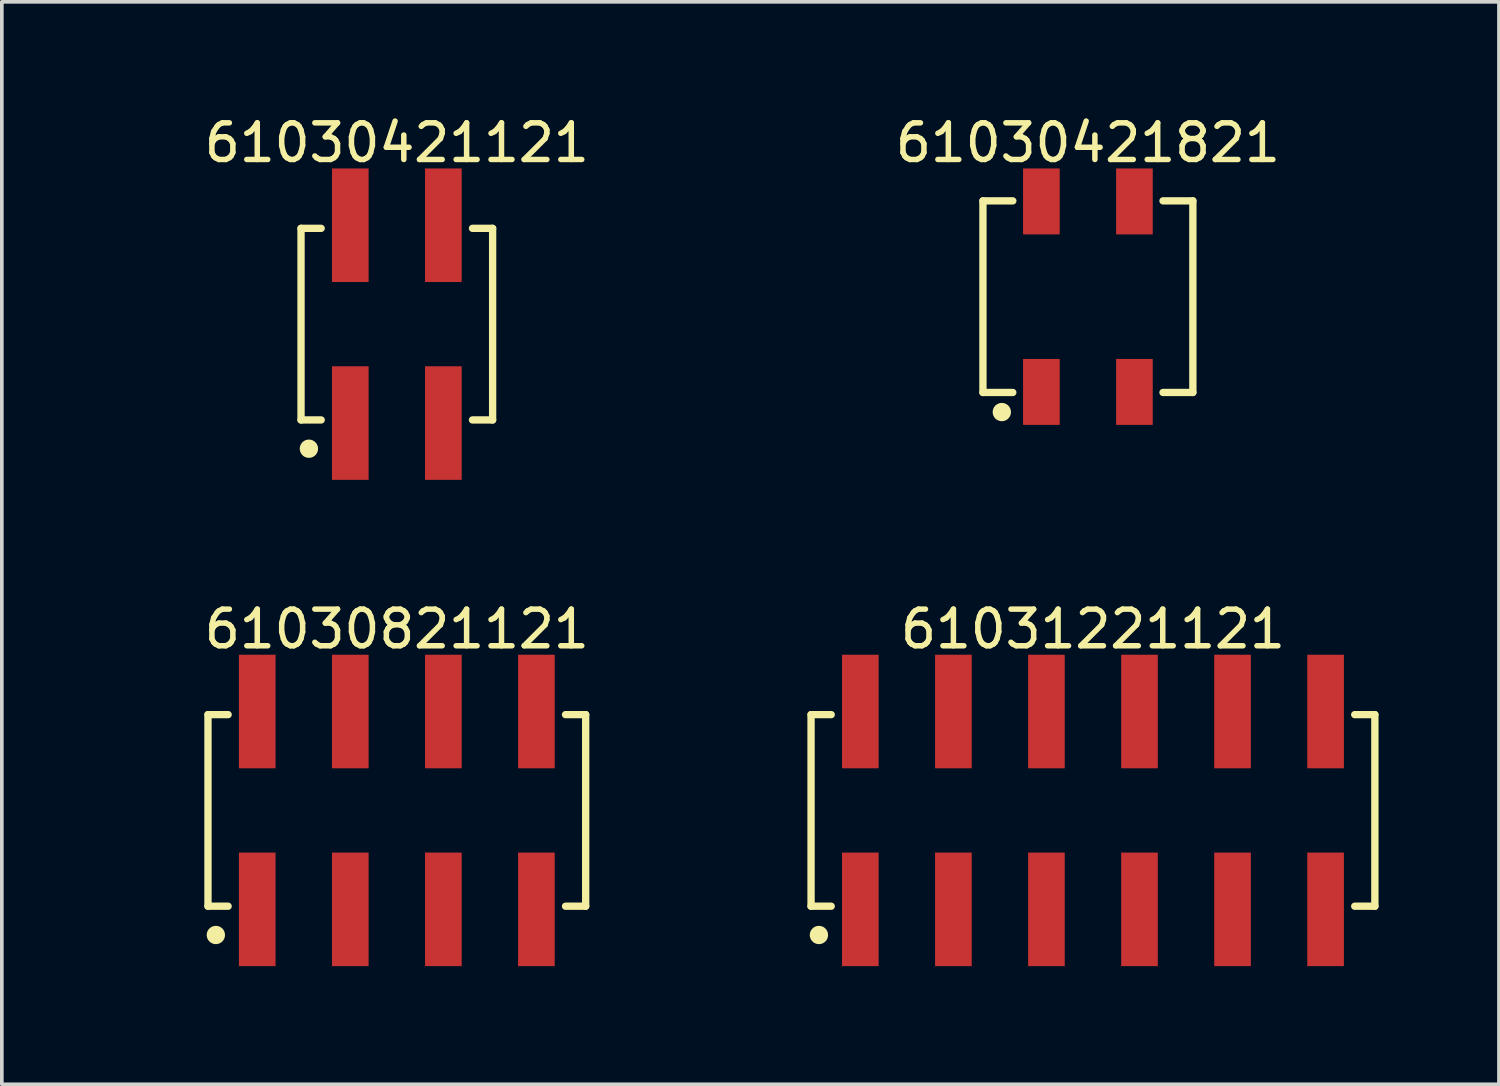
<source format=kicad_pcb>
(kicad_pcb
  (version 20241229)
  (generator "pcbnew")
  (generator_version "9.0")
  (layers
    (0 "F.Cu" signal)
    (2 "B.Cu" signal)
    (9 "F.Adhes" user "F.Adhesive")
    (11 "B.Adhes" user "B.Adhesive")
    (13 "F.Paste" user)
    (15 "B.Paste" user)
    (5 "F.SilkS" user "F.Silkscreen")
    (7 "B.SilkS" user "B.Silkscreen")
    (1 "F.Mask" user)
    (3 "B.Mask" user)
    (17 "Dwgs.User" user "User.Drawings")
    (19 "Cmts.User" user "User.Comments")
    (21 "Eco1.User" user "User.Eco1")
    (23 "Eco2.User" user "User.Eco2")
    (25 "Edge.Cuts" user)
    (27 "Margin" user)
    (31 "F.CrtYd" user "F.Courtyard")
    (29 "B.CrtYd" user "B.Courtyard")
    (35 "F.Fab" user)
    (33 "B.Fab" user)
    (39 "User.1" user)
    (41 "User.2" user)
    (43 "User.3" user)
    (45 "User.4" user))
  (footprint "61030821121"
    (layer "F.Cu")
    (at 7.782 19.072)
    (property "Reference" "61030821121" (at 0 -4.95 0) (layer "F.SilkS") (effects (font (size 1 1) (thickness 0.15))))
    (fp_line (start -5.155 -2.615) (end -4.605 -2.615) (stroke (width 0.2) (type solid)) (layer "F.SilkS"))
    (fp_line (start -5.155 2.615) (end -5.155 -2.615) (stroke (width 0.2) (type solid)) (layer "F.SilkS"))
    (fp_line (start -5.155 2.615) (end -4.605 2.615) (stroke (width 0.2) (type solid)) (layer "F.SilkS"))
    (fp_line (start 4.605 -2.615) (end 5.155 -2.615) (stroke (width 0.2) (type solid)) (layer "F.SilkS"))
    (fp_line (start 4.605 2.615) (end 5.155 2.615) (stroke (width 0.2) (type solid)) (layer "F.SilkS"))
    (fp_line (start 5.155 2.615) (end 5.155 -2.615) (stroke (width 0.2) (type solid)) (layer "F.SilkS"))
    (fp_circle (center -4.94 3.4) (end -4.94 3.275) (stroke (width 0.25) (type solid)) (fill no) (layer "F.SilkS"))
    (fp_line (start -5.355 -4.45) (end 5.355 -4.45) (stroke (width 0.05) (type solid)) (layer "Eco2.User"))
    (fp_line (start -5.355 4.45) (end -5.355 -4.45) (stroke (width 0.05) (type solid)) (layer "Eco2.User"))
    (fp_line (start -5.355 4.45) (end 5.355 4.45) (stroke (width 0.05) (type solid)) (layer "Eco2.User"))
    (fp_line (start -5.08 -2.54) (end 5.08 -2.54) (stroke (width 0.1) (type solid)) (layer "Eco2.User"))
    (fp_line (start -5.08 2.54) (end -5.08 -2.54) (stroke (width 0.1) (type solid)) (layer "Eco2.User"))
    (fp_line (start -5.08 2.54) (end 5.08 2.54) (stroke (width 0.1) (type solid)) (layer "Eco2.User"))
    (fp_line (start -4.13 -3.75) (end -3.49 -3.75) (stroke (width 0.1) (type solid)) (layer "Eco2.User"))
    (fp_line (start -4.13 -2.54) (end -4.13 -3.75) (stroke (width 0.1) (type solid)) (layer "Eco2.User"))
    (fp_line (start -4.13 3.75) (end -4.13 2.54) (stroke (width 0.1) (type solid)) (layer "Eco2.User"))
    (fp_line (start -4.13 3.75) (end -3.49 3.75) (stroke (width 0.1) (type solid)) (layer "Eco2.User"))
    (fp_line (start -3.49 -2.54) (end -3.49 -3.75) (stroke (width 0.1) (type solid)) (layer "Eco2.User"))
    (fp_line (start -3.49 3.75) (end -3.49 2.54) (stroke (width 0.1) (type solid)) (layer "Eco2.User"))
    (fp_line (start -1.59 -3.75) (end -0.95 -3.75) (stroke (width 0.1) (type solid)) (layer "Eco2.User"))
    (fp_line (start -1.59 -2.54) (end -1.59 -3.75) (stroke (width 0.1) (type solid)) (layer "Eco2.User"))
    (fp_line (start -1.59 3.75) (end -1.59 2.54) (stroke (width 0.1) (type solid)) (layer "Eco2.User"))
    (fp_line (start -1.59 3.75) (end -0.95 3.75) (stroke (width 0.1) (type solid)) (layer "Eco2.User"))
    (fp_line (start -0.95 -2.54) (end -0.95 -3.75) (stroke (width 0.1) (type solid)) (layer "Eco2.User"))
    (fp_line (start -0.95 3.75) (end -0.95 2.54) (stroke (width 0.1) (type solid)) (layer "Eco2.User"))
    (fp_line (start -0.5 0) (end 0.5 0) (stroke (width 0.05) (type solid)) (layer "Eco2.User"))
    (fp_line (start 0 0.5) (end 0 -0.5) (stroke (width 0.05) (type solid)) (layer "Eco2.User"))
    (fp_line (start 0.95 -3.75) (end 1.59 -3.75) (stroke (width 0.1) (type solid)) (layer "Eco2.User"))
    (fp_line (start 0.95 -2.54) (end 0.95 -3.75) (stroke (width 0.1) (type solid)) (layer "Eco2.User"))
    (fp_line (start 0.95 3.75) (end 0.95 2.54) (stroke (width 0.1) (type solid)) (layer "Eco2.User"))
    (fp_line (start 0.95 3.75) (end 1.59 3.75) (stroke (width 0.1) (type solid)) (layer "Eco2.User"))
    (fp_line (start 1.59 -2.54) (end 1.59 -3.75) (stroke (width 0.1) (type solid)) (layer "Eco2.User"))
    (fp_line (start 1.59 3.75) (end 1.59 2.54) (stroke (width 0.1) (type solid)) (layer "Eco2.User"))
    (fp_line (start 3.49 -3.75) (end 4.13 -3.75) (stroke (width 0.1) (type solid)) (layer "Eco2.User"))
    (fp_line (start 3.49 -2.54) (end 3.49 -3.75) (stroke (width 0.1) (type solid)) (layer "Eco2.User"))
    (fp_line (start 3.49 3.75) (end 3.49 2.54) (stroke (width 0.1) (type solid)) (layer "Eco2.User"))
    (fp_line (start 3.49 3.75) (end 4.13 3.75) (stroke (width 0.1) (type solid)) (layer "Eco2.User"))
    (fp_line (start 4.13 -2.54) (end 4.13 -3.75) (stroke (width 0.1) (type solid)) (layer "Eco2.User"))
    (fp_line (start 4.13 3.75) (end 4.13 2.54) (stroke (width 0.1) (type solid)) (layer "Eco2.User"))
    (fp_line (start 5.08 2.54) (end 5.08 -2.54) (stroke (width 0.1) (type solid)) (layer "Eco2.User"))
    (fp_line (start 5.355 4.45) (end 5.355 -4.45) (stroke (width 0.05) (type solid)) (layer "Eco2.User"))
    (fp_text user "${REFERENCE}" (at 0.15 -0.197 0) (unlocked yes) (layer "User.3") (effects (font (size 1.5 1.5) (thickness 0.15))))
    (pad "1" smd rect (at -3.81 2.7) (size 1 3.1) (layers "F.Cu" "F.Mask" "F.Paste"))
    (pad "2" smd rect (at -3.81 -2.7) (size 1 3.1) (layers "F.Cu" "F.Mask" "F.Paste"))
    (pad "3" smd rect (at -1.27 2.7) (size 1 3.1) (layers "F.Cu" "F.Mask" "F.Paste"))
    (pad "4" smd rect (at -1.27 -2.7) (size 1 3.1) (layers "F.Cu" "F.Mask" "F.Paste"))
    (pad "5" smd rect (at 1.27 2.7) (size 1 3.1) (layers "F.Cu" "F.Mask" "F.Paste"))
    (pad "6" smd rect (at 1.27 -2.7) (size 1 3.1) (layers "F.Cu" "F.Mask" "F.Paste"))
    (pad "7" smd rect (at 3.81 2.7) (size 1 3.1) (layers "F.Cu" "F.Mask" "F.Paste"))
    (pad "8" smd rect (at 3.81 -2.7) (size 1 3.1) (layers "F.Cu" "F.Mask" "F.Paste")))
  (footprint "61031221121"
    (layer "F.Cu")
    (at 26.784 19.072)
    (property "Reference" "61031221121" (at 0 -4.95 0) (layer "F.SilkS") (effects (font (size 1 1) (thickness 0.15))))
    (fp_line (start -7.695 -2.615) (end -7.145 -2.615) (stroke (width 0.2) (type solid)) (layer "F.SilkS"))
    (fp_line (start -7.695 2.615) (end -7.695 -2.615) (stroke (width 0.2) (type solid)) (layer "F.SilkS"))
    (fp_line (start -7.695 2.615) (end -7.145 2.615) (stroke (width 0.2) (type solid)) (layer "F.SilkS"))
    (fp_line (start 7.145 -2.615) (end 7.695 -2.615) (stroke (width 0.2) (type solid)) (layer "F.SilkS"))
    (fp_line (start 7.145 2.615) (end 7.695 2.615) (stroke (width 0.2) (type solid)) (layer "F.SilkS"))
    (fp_line (start 7.695 2.615) (end 7.695 -2.615) (stroke (width 0.2) (type solid)) (layer "F.SilkS"))
    (fp_circle (center -7.48 3.4) (end -7.48 3.275) (stroke (width 0.25) (type solid)) (fill no) (layer "F.SilkS"))
    (fp_line (start -7.895 -4.45) (end 7.895 -4.45) (stroke (width 0.05) (type solid)) (layer "Eco2.User"))
    (fp_line (start -7.895 4.45) (end -7.895 -4.45) (stroke (width 0.05) (type solid)) (layer "Eco2.User"))
    (fp_line (start -7.895 4.45) (end 7.895 4.45) (stroke (width 0.05) (type solid)) (layer "Eco2.User"))
    (fp_line (start -7.62 -2.54) (end 7.62 -2.54) (stroke (width 0.1) (type solid)) (layer "Eco2.User"))
    (fp_line (start -7.62 2.54) (end -7.62 -2.54) (stroke (width 0.1) (type solid)) (layer "Eco2.User"))
    (fp_line (start -7.62 2.54) (end 7.62 2.54) (stroke (width 0.1) (type solid)) (layer "Eco2.User"))
    (fp_line (start -6.67 -3.75) (end -6.03 -3.75) (stroke (width 0.1) (type solid)) (layer "Eco2.User"))
    (fp_line (start -6.67 -2.54) (end -6.67 -3.75) (stroke (width 0.1) (type solid)) (layer "Eco2.User"))
    (fp_line (start -6.67 3.75) (end -6.67 2.54) (stroke (width 0.1) (type solid)) (layer "Eco2.User"))
    (fp_line (start -6.67 3.75) (end -6.03 3.75) (stroke (width 0.1) (type solid)) (layer "Eco2.User"))
    (fp_line (start -6.03 -2.54) (end -6.03 -3.75) (stroke (width 0.1) (type solid)) (layer "Eco2.User"))
    (fp_line (start -6.03 3.75) (end -6.03 2.54) (stroke (width 0.1) (type solid)) (layer "Eco2.User"))
    (fp_line (start -4.13 -3.75) (end -3.49 -3.75) (stroke (width 0.1) (type solid)) (layer "Eco2.User"))
    (fp_line (start -4.13 -2.54) (end -4.13 -3.75) (stroke (width 0.1) (type solid)) (layer "Eco2.User"))
    (fp_line (start -4.13 3.75) (end -4.13 2.54) (stroke (width 0.1) (type solid)) (layer "Eco2.User"))
    (fp_line (start -4.13 3.75) (end -3.49 3.75) (stroke (width 0.1) (type solid)) (layer "Eco2.User"))
    (fp_line (start -3.49 -2.54) (end -3.49 -3.75) (stroke (width 0.1) (type solid)) (layer "Eco2.User"))
    (fp_line (start -3.49 3.75) (end -3.49 2.54) (stroke (width 0.1) (type solid)) (layer "Eco2.User"))
    (fp_line (start -1.59 -3.75) (end -0.95 -3.75) (stroke (width 0.1) (type solid)) (layer "Eco2.User"))
    (fp_line (start -1.59 -2.54) (end -1.59 -3.75) (stroke (width 0.1) (type solid)) (layer "Eco2.User"))
    (fp_line (start -1.59 3.75) (end -1.59 2.54) (stroke (width 0.1) (type solid)) (layer "Eco2.User"))
    (fp_line (start -1.59 3.75) (end -0.95 3.75) (stroke (width 0.1) (type solid)) (layer "Eco2.User"))
    (fp_line (start -0.95 -2.54) (end -0.95 -3.75) (stroke (width 0.1) (type solid)) (layer "Eco2.User"))
    (fp_line (start -0.95 3.75) (end -0.95 2.54) (stroke (width 0.1) (type solid)) (layer "Eco2.User"))
    (fp_line (start -0.5 0) (end 0.5 0) (stroke (width 0.05) (type solid)) (layer "Eco2.User"))
    (fp_line (start 0 0.5) (end 0 -0.5) (stroke (width 0.05) (type solid)) (layer "Eco2.User"))
    (fp_line (start 0.95 -3.75) (end 1.59 -3.75) (stroke (width 0.1) (type solid)) (layer "Eco2.User"))
    (fp_line (start 0.95 -2.54) (end 0.95 -3.75) (stroke (width 0.1) (type solid)) (layer "Eco2.User"))
    (fp_line (start 0.95 3.75) (end 0.95 2.54) (stroke (width 0.1) (type solid)) (layer "Eco2.User"))
    (fp_line (start 0.95 3.75) (end 1.59 3.75) (stroke (width 0.1) (type solid)) (layer "Eco2.User"))
    (fp_line (start 1.59 -2.54) (end 1.59 -3.75) (stroke (width 0.1) (type solid)) (layer "Eco2.User"))
    (fp_line (start 1.59 3.75) (end 1.59 2.54) (stroke (width 0.1) (type solid)) (layer "Eco2.User"))
    (fp_line (start 3.49 -3.75) (end 4.13 -3.75) (stroke (width 0.1) (type solid)) (layer "Eco2.User"))
    (fp_line (start 3.49 -2.54) (end 3.49 -3.75) (stroke (width 0.1) (type solid)) (layer "Eco2.User"))
    (fp_line (start 3.49 3.75) (end 3.49 2.54) (stroke (width 0.1) (type solid)) (layer "Eco2.User"))
    (fp_line (start 3.49 3.75) (end 4.13 3.75) (stroke (width 0.1) (type solid)) (layer "Eco2.User"))
    (fp_line (start 4.13 -2.54) (end 4.13 -3.75) (stroke (width 0.1) (type solid)) (layer "Eco2.User"))
    (fp_line (start 4.13 3.75) (end 4.13 2.54) (stroke (width 0.1) (type solid)) (layer "Eco2.User"))
    (fp_line (start 6.03 -3.75) (end 6.67 -3.75) (stroke (width 0.1) (type solid)) (layer "Eco2.User"))
    (fp_line (start 6.03 -2.54) (end 6.03 -3.75) (stroke (width 0.1) (type solid)) (layer "Eco2.User"))
    (fp_line (start 6.03 3.75) (end 6.03 2.54) (stroke (width 0.1) (type solid)) (layer "Eco2.User"))
    (fp_line (start 6.03 3.75) (end 6.67 3.75) (stroke (width 0.1) (type solid)) (layer "Eco2.User"))
    (fp_line (start 6.67 -2.54) (end 6.67 -3.75) (stroke (width 0.1) (type solid)) (layer "Eco2.User"))
    (fp_line (start 6.67 3.75) (end 6.67 2.54) (stroke (width 0.1) (type solid)) (layer "Eco2.User"))
    (fp_line (start 7.62 2.54) (end 7.62 -2.54) (stroke (width 0.1) (type solid)) (layer "Eco2.User"))
    (fp_line (start 7.895 4.45) (end 7.895 -4.45) (stroke (width 0.05) (type solid)) (layer "Eco2.User"))
    (fp_text user "${REFERENCE}" (at 0.15 -0.197 0) (unlocked yes) (layer "User.3") (effects (font (size 1.5 1.5) (thickness 0.15))))
    (pad "1" smd rect (at -6.35 2.7) (size 1 3.1) (layers "F.Cu" "F.Mask" "F.Paste"))
    (pad "2" smd rect (at -6.35 -2.7) (size 1 3.1) (layers "F.Cu" "F.Mask" "F.Paste"))
    (pad "3" smd rect (at -3.81 2.7) (size 1 3.1) (layers "F.Cu" "F.Mask" "F.Paste"))
    (pad "4" smd rect (at -3.81 -2.7) (size 1 3.1) (layers "F.Cu" "F.Mask" "F.Paste"))
    (pad "5" smd rect (at -1.27 2.7) (size 1 3.1) (layers "F.Cu" "F.Mask" "F.Paste"))
    (pad "6" smd rect (at -1.27 -2.7) (size 1 3.1) (layers "F.Cu" "F.Mask" "F.Paste"))
    (pad "7" smd rect (at 1.27 2.7) (size 1 3.1) (layers "F.Cu" "F.Mask" "F.Paste"))
    (pad "8" smd rect (at 1.27 -2.7) (size 1 3.1) (layers "F.Cu" "F.Mask" "F.Paste"))
    (pad "9" smd rect (at 3.81 2.7) (size 1 3.1) (layers "F.Cu" "F.Mask" "F.Paste"))
    (pad "10" smd rect (at 3.81 -2.7) (size 1 3.1) (layers "F.Cu" "F.Mask" "F.Paste"))
    (pad "11" smd rect (at 6.35 2.7) (size 1 3.1) (layers "F.Cu" "F.Mask" "F.Paste"))
    (pad "12" smd rect (at 6.35 -2.7) (size 1 3.1) (layers "F.Cu" "F.Mask" "F.Paste")))
  (footprint "61030421121"
    (layer "F.Cu")
    (at 7.782 5.798)
    (property "Reference" "61030421121" (at 0 -4.95 0) (layer "F.SilkS") (effects (font (size 1 1) (thickness 0.15))))
    (fp_line (start -2.615 -2.615) (end -2.065 -2.615) (stroke (width 0.2) (type solid)) (layer "F.SilkS"))
    (fp_line (start -2.615 2.615) (end -2.615 -2.615) (stroke (width 0.2) (type solid)) (layer "F.SilkS"))
    (fp_line (start -2.615 2.615) (end -2.065 2.615) (stroke (width 0.2) (type solid)) (layer "F.SilkS"))
    (fp_line (start 2.065 -2.615) (end 2.615 -2.615) (stroke (width 0.2) (type solid)) (layer "F.SilkS"))
    (fp_line (start 2.065 2.615) (end 2.615 2.615) (stroke (width 0.2) (type solid)) (layer "F.SilkS"))
    (fp_line (start 2.615 2.615) (end 2.615 -2.615) (stroke (width 0.2) (type solid)) (layer "F.SilkS"))
    (fp_circle (center -2.4 3.4) (end -2.4 3.275) (stroke (width 0.25) (type solid)) (fill no) (layer "F.SilkS"))
    (fp_line (start -2.815 -4.45) (end 2.815 -4.45) (stroke (width 0.05) (type solid)) (layer "Eco2.User"))
    (fp_line (start -2.815 4.45) (end -2.815 -4.45) (stroke (width 0.05) (type solid)) (layer "Eco2.User"))
    (fp_line (start -2.815 4.45) (end 2.815 4.45) (stroke (width 0.05) (type solid)) (layer "Eco2.User"))
    (fp_line (start -2.54 -2.54) (end 2.54 -2.54) (stroke (width 0.1) (type solid)) (layer "Eco2.User"))
    (fp_line (start -2.54 2.54) (end -2.54 -2.54) (stroke (width 0.1) (type solid)) (layer "Eco2.User"))
    (fp_line (start -2.54 2.54) (end 2.54 2.54) (stroke (width 0.1) (type solid)) (layer "Eco2.User"))
    (fp_line (start -1.59 -3.75) (end -0.95 -3.75) (stroke (width 0.1) (type solid)) (layer "Eco2.User"))
    (fp_line (start -1.59 -2.54) (end -1.59 -3.75) (stroke (width 0.1) (type solid)) (layer "Eco2.User"))
    (fp_line (start -1.59 3.75) (end -1.59 2.54) (stroke (width 0.1) (type solid)) (layer "Eco2.User"))
    (fp_line (start -1.59 3.75) (end -0.95 3.75) (stroke (width 0.1) (type solid)) (layer "Eco2.User"))
    (fp_line (start -0.95 -2.54) (end -0.95 -3.75) (stroke (width 0.1) (type solid)) (layer "Eco2.User"))
    (fp_line (start -0.95 3.75) (end -0.95 2.54) (stroke (width 0.1) (type solid)) (layer "Eco2.User"))
    (fp_line (start -0.5 0) (end 0.5 0) (stroke (width 0.05) (type solid)) (layer "Eco2.User"))
    (fp_line (start 0 0.5) (end 0 -0.5) (stroke (width 0.05) (type solid)) (layer "Eco2.User"))
    (fp_line (start 0.95 -3.75) (end 1.59 -3.75) (stroke (width 0.1) (type solid)) (layer "Eco2.User"))
    (fp_line (start 0.95 -2.54) (end 0.95 -3.75) (stroke (width 0.1) (type solid)) (layer "Eco2.User"))
    (fp_line (start 0.95 3.75) (end 0.95 2.54) (stroke (width 0.1) (type solid)) (layer "Eco2.User"))
    (fp_line (start 0.95 3.75) (end 1.59 3.75) (stroke (width 0.1) (type solid)) (layer "Eco2.User"))
    (fp_line (start 1.59 -2.54) (end 1.59 -3.75) (stroke (width 0.1) (type solid)) (layer "Eco2.User"))
    (fp_line (start 1.59 3.75) (end 1.59 2.54) (stroke (width 0.1) (type solid)) (layer "Eco2.User"))
    (fp_line (start 2.54 2.54) (end 2.54 -2.54) (stroke (width 0.1) (type solid)) (layer "Eco2.User"))
    (fp_line (start 2.815 4.45) (end 2.815 -4.45) (stroke (width 0.05) (type solid)) (layer "Eco2.User"))
    (fp_text user "${REFERENCE}" (at 0.15 -0.197 0) (unlocked yes) (layer "User.3") (effects (font (size 1.5 1.5) (thickness 0.15))))
    (pad "1" smd rect (at -1.27 2.7) (size 1 3.1) (layers "F.Cu" "F.Mask" "F.Paste"))
    (pad "2" smd rect (at -1.27 -2.7) (size 1 3.1) (layers "F.Cu" "F.Mask" "F.Paste"))
    (pad "3" smd rect (at 1.27 2.7) (size 1 3.1) (layers "F.Cu" "F.Mask" "F.Paste"))
    (pad "4" smd rect (at 1.27 -2.7) (size 1 3.1) (layers "F.Cu" "F.Mask" "F.Paste")))
  (footprint "61030421821"
    (layer "F.Cu")
    (at 26.646 5.048)
    (property "Reference" "61030421821" (at 0 -4.2 0) (layer "F.SilkS") (effects (font (size 1 1) (thickness 0.15))))
    (fp_line (start -2.865 -2.615) (end -2.05 -2.615) (stroke (width 0.2) (type solid)) (layer "F.SilkS"))
    (fp_line (start -2.865 2.615) (end -2.865 -2.615) (stroke (width 0.2) (type solid)) (layer "F.SilkS"))
    (fp_line (start -2.865 2.615) (end -2.05 2.615) (stroke (width 0.2) (type solid)) (layer "F.SilkS"))
    (fp_line (start 2.05 -2.615) (end 2.865 -2.615) (stroke (width 0.2) (type solid)) (layer "F.SilkS"))
    (fp_line (start 2.05 2.615) (end 2.865 2.615) (stroke (width 0.2) (type solid)) (layer "F.SilkS"))
    (fp_line (start 2.865 2.615) (end 2.865 -2.615) (stroke (width 0.2) (type solid)) (layer "F.SilkS"))
    (fp_circle (center -2.35 3.15) (end -2.35 3.025) (stroke (width 0.25) (type solid)) (fill no) (layer "F.SilkS"))
    (fp_line (start -3.065 -3.7) (end 3.065 -3.7) (stroke (width 0.05) (type solid)) (layer "Eco2.User"))
    (fp_line (start -3.065 3.7) (end -3.065 -3.7) (stroke (width 0.05) (type solid)) (layer "Eco2.User"))
    (fp_line (start -3.065 3.7) (end 3.065 3.7) (stroke (width 0.05) (type solid)) (layer "Eco2.User"))
    (fp_line (start -2.79 -2.54) (end 2.79 -2.54) (stroke (width 0.1) (type solid)) (layer "Eco2.User"))
    (fp_line (start -2.79 2.54) (end -2.79 -2.54) (stroke (width 0.1) (type solid)) (layer "Eco2.User"))
    (fp_line (start -2.79 2.54) (end 2.79 2.54) (stroke (width 0.1) (type solid)) (layer "Eco2.User"))
    (fp_line (start -1.59 -3.35) (end -0.95 -3.35) (stroke (width 0.1) (type solid)) (layer "Eco2.User"))
    (fp_line (start -1.59 -2.54) (end -1.59 -3.35) (stroke (width 0.1) (type solid)) (layer "Eco2.User"))
    (fp_line (start -1.59 3.35) (end -1.59 2.54) (stroke (width 0.1) (type solid)) (layer "Eco2.User"))
    (fp_line (start -1.59 3.35) (end -0.95 3.35) (stroke (width 0.1) (type solid)) (layer "Eco2.User"))
    (fp_line (start -0.95 -2.54) (end -0.95 -3.35) (stroke (width 0.1) (type solid)) (layer "Eco2.User"))
    (fp_line (start -0.95 3.35) (end -0.95 2.54) (stroke (width 0.1) (type solid)) (layer "Eco2.User"))
    (fp_line (start -0.5 0) (end 0.5 0) (stroke (width 0.05) (type solid)) (layer "Eco2.User"))
    (fp_line (start 0 0.5) (end 0 -0.5) (stroke (width 0.05) (type solid)) (layer "Eco2.User"))
    (fp_line (start 0.95 -3.35) (end 1.59 -3.35) (stroke (width 0.1) (type solid)) (layer "Eco2.User"))
    (fp_line (start 0.95 -2.54) (end 0.95 -3.35) (stroke (width 0.1) (type solid)) (layer "Eco2.User"))
    (fp_line (start 0.95 3.35) (end 0.95 2.54) (stroke (width 0.1) (type solid)) (layer "Eco2.User"))
    (fp_line (start 0.95 3.35) (end 1.59 3.35) (stroke (width 0.1) (type solid)) (layer "Eco2.User"))
    (fp_line (start 1.59 -2.54) (end 1.59 -3.35) (stroke (width 0.1) (type solid)) (layer "Eco2.User"))
    (fp_line (start 1.59 3.35) (end 1.59 2.54) (stroke (width 0.1) (type solid)) (layer "Eco2.User"))
    (fp_line (start 2.79 2.54) (end 2.79 -2.54) (stroke (width 0.1) (type solid)) (layer "Eco2.User"))
    (fp_line (start 3.065 3.7) (end 3.065 -3.7) (stroke (width 0.05) (type solid)) (layer "Eco2.User"))
    (fp_text user "${REFERENCE}" (at 0.15 -0.197 0) (unlocked yes) (layer "User.3") (effects (font (size 1.5 1.5) (thickness 0.15))))
    (pad "1" smd rect (at -1.27 2.6) (size 1 1.8) (layers "F.Cu" "F.Mask" "F.Paste"))
    (pad "2" smd rect (at -1.27 -2.6) (size 1 1.8) (layers "F.Cu" "F.Mask" "F.Paste"))
    (pad "3" smd rect (at 1.27 2.6) (size 1 1.8) (layers "F.Cu" "F.Mask" "F.Paste"))
    (pad "4" smd rect (at 1.27 -2.6) (size 1 1.8) (layers "F.Cu" "F.Mask" "F.Paste")))
  (gr_rect
    (start -3 -3)
    (end 37.866 26.547)
    (stroke (width 0.1) (type default))
    (fill no)
    (layer "Edge.Cuts")))
</source>
